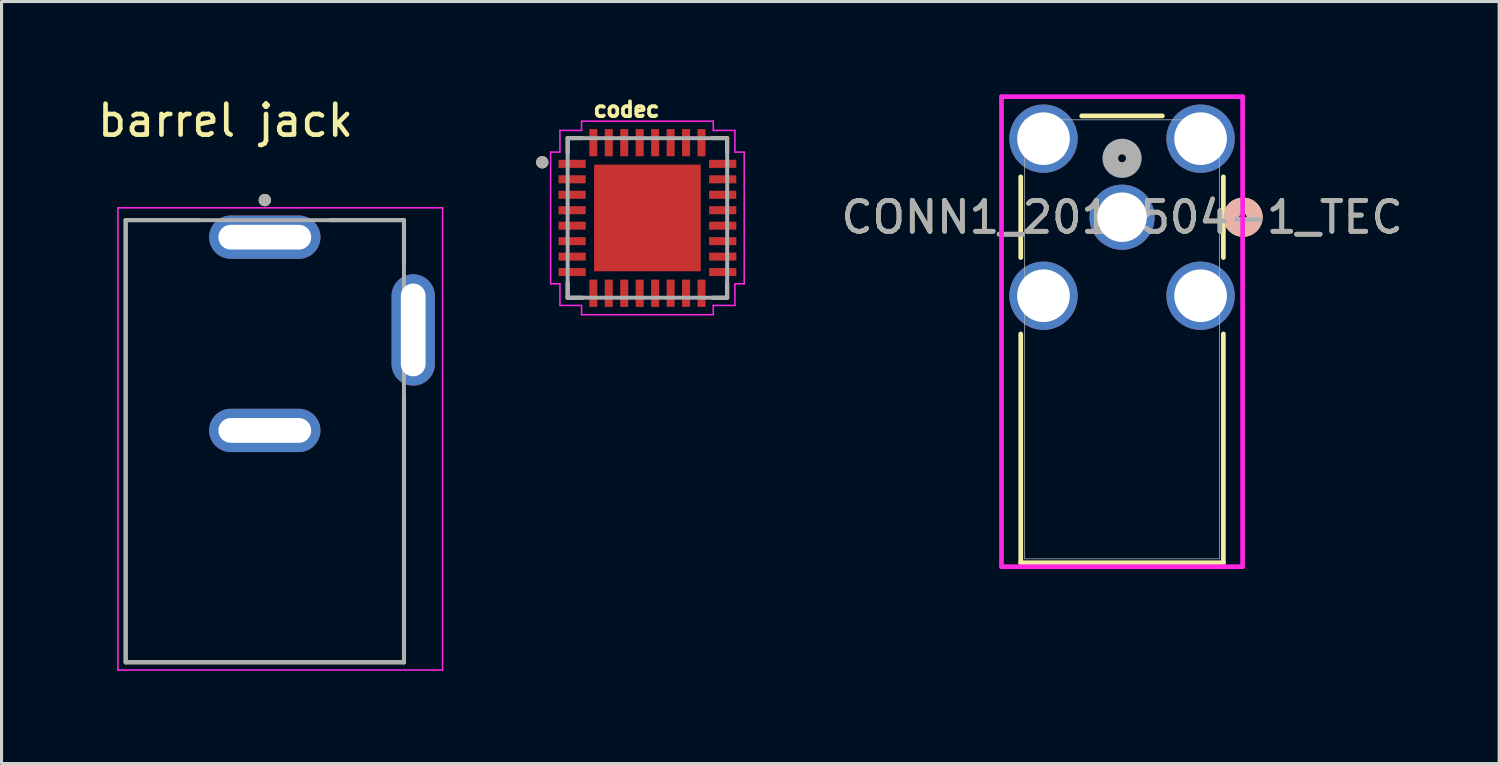
<source format=kicad_pcb>
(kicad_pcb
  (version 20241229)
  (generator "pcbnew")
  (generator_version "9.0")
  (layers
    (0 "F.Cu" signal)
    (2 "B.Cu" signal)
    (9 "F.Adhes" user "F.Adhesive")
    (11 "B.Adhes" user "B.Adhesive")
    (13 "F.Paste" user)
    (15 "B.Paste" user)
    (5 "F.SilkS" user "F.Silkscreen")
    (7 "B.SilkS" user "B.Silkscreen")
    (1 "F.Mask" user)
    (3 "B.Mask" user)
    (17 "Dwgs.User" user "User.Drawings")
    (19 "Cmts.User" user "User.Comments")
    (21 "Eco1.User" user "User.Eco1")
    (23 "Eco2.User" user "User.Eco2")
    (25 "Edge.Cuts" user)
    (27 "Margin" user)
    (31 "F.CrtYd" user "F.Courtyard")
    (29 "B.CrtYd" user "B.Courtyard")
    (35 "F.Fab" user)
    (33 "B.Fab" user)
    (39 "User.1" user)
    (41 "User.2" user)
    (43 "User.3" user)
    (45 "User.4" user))
  (footprint "barrel jack"
    (layer "F.Cu")
    (at 5.514 10.871)
    (property "Reference" "barrel jack" (at -1.27 -10.023 0) (layer "F.SilkS") (effects (font (size 1 1) (thickness 0.15))))
    (attr through_hole)
    (fp_line (start -4.5 -6.8) (end -2.12 -6.8) (stroke (width 0.127) (type solid)) (layer "F.SilkS"))
    (fp_line (start -4.5 7.5) (end -4.5 -6.8) (stroke (width 0.127) (type solid)) (layer "F.SilkS"))
    (fp_line (start 2.12 -6.8) (end 4.5 -6.8) (stroke (width 0.127) (type solid)) (layer "F.SilkS"))
    (fp_line (start 4.5 -6.8) (end 4.5 -5.37) (stroke (width 0.127) (type solid)) (layer "F.SilkS"))
    (fp_line (start 4.5 7.5) (end -4.5 7.5) (stroke (width 0.127) (type solid)) (layer "F.SilkS"))
    (fp_line (start 4.5 7.5) (end 4.5 -1.13) (stroke (width 0.127) (type solid)) (layer "F.SilkS"))
    (fp_circle (center 0 -7.45) (end 0.1 -7.45) (stroke (width 0.2) (type solid)) (fill no) (layer "F.SilkS"))
    (fp_line (start -4.75 -7.2) (end -4.75 7.75) (stroke (width 0.05) (type solid)) (layer "F.CrtYd"))
    (fp_line (start -4.75 7.75) (end 5.75 7.75) (stroke (width 0.05) (type solid)) (layer "F.CrtYd"))
    (fp_line (start 5.75 -7.2) (end -4.75 -7.2) (stroke (width 0.05) (type solid)) (layer "F.CrtYd"))
    (fp_line (start 5.75 7.75) (end 5.75 -7.2) (stroke (width 0.05) (type solid)) (layer "F.CrtYd"))
    (fp_line (start -4.5 -6.8) (end 4.5 -6.8) (stroke (width 0.127) (type solid)) (layer "F.Fab"))
    (fp_line (start -4.5 7.5) (end -4.5 -6.8) (stroke (width 0.127) (type solid)) (layer "F.Fab"))
    (fp_line (start 4.5 -6.8) (end 4.5 7.5) (stroke (width 0.127) (type solid)) (layer "F.Fab"))
    (fp_line (start 4.5 7.5) (end -4.5 7.5) (stroke (width 0.127) (type solid)) (layer "F.Fab"))
    (fp_circle (center 0 -7.45) (end 0.1 -7.45) (stroke (width 0.2) (type solid)) (fill no) (layer "F.Fab"))
    (pad "A" thru_hole oval (at 0 -6.25) (size 3.6 1.4) (drill oval 3 0.8) (layers "*.Cu" "*.Mask"))
    (pad "B" thru_hole oval (at 0 0) (size 3.6 1.4) (drill oval 3 0.8) (layers "*.Cu" "*.Mask"))
    (pad "C" thru_hole oval (at 4.8 -3.25) (size 1.4 3.6) (drill oval 0.8 3) (layers "*.Cu" "*.Mask")))
  (footprint "CONN1_2016504-1_TEC"
    (layer "F.Cu")
    (at 33.24 3.975)
    (property "Reference" "CONN1_2016504-1_TEC" (at 0 0 0) (unlocked yes) (layer "F.SilkS") (effects (font (size 1 1) (thickness 0.15))))
    (attr through_hole)
    (fp_line (start -3.277 -1.305) (end -3.277 1.305) (stroke (width 0.152) (type solid)) (layer "F.SilkS"))
    (fp_line (start -3.277 3.775) (end -3.277 11.176) (stroke (width 0.152) (type solid)) (layer "F.SilkS"))
    (fp_line (start -3.277 11.176) (end 3.277 11.176) (stroke (width 0.152) (type solid)) (layer "F.SilkS"))
    (fp_line (start 1.306 -3.277) (end -1.306 -3.277) (stroke (width 0.152) (type solid)) (layer "F.SilkS"))
    (fp_line (start 3.277 1.305) (end 3.277 -1.305) (stroke (width 0.152) (type solid)) (layer "F.SilkS"))
    (fp_line (start 3.277 11.176) (end 3.277 3.775) (stroke (width 0.152) (type solid)) (layer "F.SilkS"))
    (fp_circle (center 3.912 0) (end 4.293 0) (stroke (width 0.508) (type solid)) (fill no) (layer "F.SilkS"))
    (fp_circle (center 3.912 0) (end 4.293 0) (stroke (width 0.508) (type solid)) (fill no) (layer "B.SilkS"))
    (fp_line (start -3.899 -3.899) (end -3.899 11.303) (stroke (width 0.152) (type solid)) (layer "F.CrtYd"))
    (fp_line (start -3.899 11.303) (end 3.899 11.303) (stroke (width 0.152) (type solid)) (layer "F.CrtYd"))
    (fp_line (start 3.899 -3.899) (end -3.899 -3.899) (stroke (width 0.152) (type solid)) (layer "F.CrtYd"))
    (fp_line (start 3.899 11.303) (end 3.899 -3.899) (stroke (width 0.152) (type solid)) (layer "F.CrtYd"))
    (fp_line (start -3.15 -3.15) (end -3.15 11.049) (stroke (width 0.025) (type solid)) (layer "F.Fab"))
    (fp_line (start -3.15 11.049) (end 3.15 11.049) (stroke (width 0.025) (type solid)) (layer "F.Fab"))
    (fp_line (start 3.15 -3.15) (end -3.15 -3.15) (stroke (width 0.025) (type solid)) (layer "F.Fab"))
    (fp_line (start 3.15 11.049) (end 3.15 -3.15) (stroke (width 0.025) (type solid)) (layer "F.Fab"))
    (fp_circle (center 0 -1.905) (end 0.381 -1.905) (stroke (width 0.508) (type solid)) (fill no) (layer "F.Fab"))
    (fp_text user "${REFERENCE}" (at 0 0 0) (unlocked yes) (layer "F.Fab") (effects (font (size 1 1) (thickness 0.15))))
    (pad "1" thru_hole circle (at 0 0) (size 2.108 2.108) (drill 1.6) (layers "*.Cu" "*.Mask"))
    (pad "2" thru_hole circle (at -2.54 -2.54) (size 2.21 2.21) (drill 1.702) (layers "*.Cu" "*.Mask"))
    (pad "3" thru_hole circle (at 2.54 -2.54) (size 2.21 2.21) (drill 1.702) (layers "*.Cu" "*.Mask"))
    (pad "4" thru_hole circle (at -2.54 2.54) (size 2.21 2.21) (drill 1.702) (layers "*.Cu" "*.Mask"))
    (pad "5" thru_hole circle (at 2.54 2.54) (size 2.21 2.21) (drill 1.702) (layers "*.Cu" "*.Mask")))
  (footprint "codec"
    (layer "F.Cu")
    (at 17.889 3.999)
    (property "Reference" "codec" (at -0.677 -3.508 0) (layer "F.SilkS") (effects (font (size 0.48 0.48) (thickness 0.15))))
    (attr smd)
    (fp_line (start -2.58 -2.58) (end -2.1 -2.58) (stroke (width 0.127) (type solid)) (layer "F.SilkS"))
    (fp_line (start -2.58 -2.1) (end -2.58 -2.58) (stroke (width 0.127) (type solid)) (layer "F.SilkS"))
    (fp_line (start -2.58 2.58) (end -2.58 2.1) (stroke (width 0.127) (type solid)) (layer "F.SilkS"))
    (fp_line (start -2.1 2.58) (end -2.58 2.58) (stroke (width 0.127) (type solid)) (layer "F.SilkS"))
    (fp_line (start 2.1 -2.58) (end 2.58 -2.58) (stroke (width 0.127) (type solid)) (layer "F.SilkS"))
    (fp_line (start 2.58 -2.58) (end 2.58 -2.1) (stroke (width 0.127) (type solid)) (layer "F.SilkS"))
    (fp_line (start 2.58 2.1) (end 2.58 2.58) (stroke (width 0.127) (type solid)) (layer "F.SilkS"))
    (fp_line (start 2.58 2.58) (end 2.1 2.58) (stroke (width 0.127) (type solid)) (layer "F.SilkS"))
    (fp_circle (center -3.4 -1.8) (end -3.3 -1.8) (stroke (width 0.2) (type solid)) (fill no) (layer "F.SilkS"))
    (fp_poly (pts (xy -1.391 0.17) (xy -0.17 0.17) (xy -0.17 1.391) (xy -1.391 1.391)) (stroke (width 0.01) (type solid)) (fill yes) (layer "F.Paste"))
    (fp_poly (pts (xy -1.391 -1.39) (xy -0.17 -1.39) (xy -0.17 -0.17) (xy -1.391 -0.17)) (stroke (width 0.01) (type solid)) (fill yes) (layer "F.Paste"))
    (fp_poly (pts (xy 0.17 -1.39) (xy 1.39 -1.39) (xy 1.39 -0.17) (xy 0.17 -0.17)) (stroke (width 0.01) (type solid)) (fill yes) (layer "F.Paste"))
    (fp_poly (pts (xy 0.17 0.17) (xy 1.39 0.17) (xy 1.39 1.391) (xy 0.17 1.391)) (stroke (width 0.01) (type solid)) (fill yes) (layer "F.Paste"))
    (fp_line (start -3.13 -2.13) (end -2.83 -2.13) (stroke (width 0.05) (type solid)) (layer "F.CrtYd"))
    (fp_line (start -3.13 2.13) (end -3.13 -2.13) (stroke (width 0.05) (type solid)) (layer "F.CrtYd"))
    (fp_line (start -2.83 -2.83) (end -2.13 -2.83) (stroke (width 0.05) (type solid)) (layer "F.CrtYd"))
    (fp_line (start -2.83 -2.13) (end -2.83 -2.83) (stroke (width 0.05) (type solid)) (layer "F.CrtYd"))
    (fp_line (start -2.83 2.13) (end -3.13 2.13) (stroke (width 0.05) (type solid)) (layer "F.CrtYd"))
    (fp_line (start -2.83 2.83) (end -2.83 2.13) (stroke (width 0.05) (type solid)) (layer "F.CrtYd"))
    (fp_line (start -2.13 -3.13) (end 2.13 -3.13) (stroke (width 0.05) (type solid)) (layer "F.CrtYd"))
    (fp_line (start -2.13 -2.83) (end -2.13 -3.13) (stroke (width 0.05) (type solid)) (layer "F.CrtYd"))
    (fp_line (start -2.13 2.83) (end -2.83 2.83) (stroke (width 0.05) (type solid)) (layer "F.CrtYd"))
    (fp_line (start -2.13 3.13) (end -2.13 2.83) (stroke (width 0.05) (type solid)) (layer "F.CrtYd"))
    (fp_line (start 2.13 -3.13) (end 2.13 -2.83) (stroke (width 0.05) (type solid)) (layer "F.CrtYd"))
    (fp_line (start 2.13 -2.83) (end 2.83 -2.83) (stroke (width 0.05) (type solid)) (layer "F.CrtYd"))
    (fp_line (start 2.13 2.83) (end 2.13 3.13) (stroke (width 0.05) (type solid)) (layer "F.CrtYd"))
    (fp_line (start 2.13 3.13) (end -2.13 3.13) (stroke (width 0.05) (type solid)) (layer "F.CrtYd"))
    (fp_line (start 2.83 -2.83) (end 2.83 -2.13) (stroke (width 0.05) (type solid)) (layer "F.CrtYd"))
    (fp_line (start 2.83 -2.13) (end 3.13 -2.13) (stroke (width 0.05) (type solid)) (layer "F.CrtYd"))
    (fp_line (start 2.83 2.13) (end 2.83 2.83) (stroke (width 0.05) (type solid)) (layer "F.CrtYd"))
    (fp_line (start 2.83 2.83) (end 2.13 2.83) (stroke (width 0.05) (type solid)) (layer "F.CrtYd"))
    (fp_line (start 3.13 -2.13) (end 3.13 2.13) (stroke (width 0.05) (type solid)) (layer "F.CrtYd"))
    (fp_line (start 3.13 2.13) (end 2.83 2.13) (stroke (width 0.05) (type solid)) (layer "F.CrtYd"))
    (fp_line (start -2.58 -2.58) (end 2.58 -2.58) (stroke (width 0.127) (type solid)) (layer "F.Fab"))
    (fp_line (start -2.58 2.58) (end -2.58 -2.58) (stroke (width 0.127) (type solid)) (layer "F.Fab"))
    (fp_line (start 2.58 -2.58) (end 2.58 2.58) (stroke (width 0.127) (type solid)) (layer "F.Fab"))
    (fp_line (start 2.58 2.58) (end -2.58 2.58) (stroke (width 0.127) (type solid)) (layer "F.Fab"))
    (fp_circle (center -3.4 -1.8) (end -3.3 -1.8) (stroke (width 0.2) (type solid)) (fill no) (layer "F.Fab"))
    (pad "1" smd roundrect (at -2.435 -1.75) (size 0.88 0.26) (layers "F.Cu" "F.Mask" "F.Paste") (roundrect_rratio 0.035))
    (pad "2" smd roundrect (at -2.435 -1.25) (size 0.88 0.26) (layers "F.Cu" "F.Mask" "F.Paste") (roundrect_rratio 0.035))
    (pad "3" smd roundrect (at -2.435 -0.75) (size 0.88 0.26) (layers "F.Cu" "F.Mask" "F.Paste") (roundrect_rratio 0.035))
    (pad "4" smd roundrect (at -2.435 -0.25) (size 0.88 0.26) (layers "F.Cu" "F.Mask" "F.Paste") (roundrect_rratio 0.035))
    (pad "5" smd roundrect (at -2.435 0.25) (size 0.88 0.26) (layers "F.Cu" "F.Mask" "F.Paste") (roundrect_rratio 0.035))
    (pad "6" smd roundrect (at -2.435 0.75) (size 0.88 0.26) (layers "F.Cu" "F.Mask" "F.Paste") (roundrect_rratio 0.035))
    (pad "7" smd roundrect (at -2.435 1.25) (size 0.88 0.26) (layers "F.Cu" "F.Mask" "F.Paste") (roundrect_rratio 0.035))
    (pad "8" smd roundrect (at -2.435 1.75) (size 0.88 0.26) (layers "F.Cu" "F.Mask" "F.Paste") (roundrect_rratio 0.035))
    (pad "9" smd roundrect (at -1.75 2.435) (size 0.26 0.88) (layers "F.Cu" "F.Mask" "F.Paste") (roundrect_rratio 0.035))
    (pad "10" smd roundrect (at -1.25 2.435) (size 0.26 0.88) (layers "F.Cu" "F.Mask" "F.Paste") (roundrect_rratio 0.035))
    (pad "11" smd roundrect (at -0.75 2.435) (size 0.26 0.88) (layers "F.Cu" "F.Mask" "F.Paste") (roundrect_rratio 0.035))
    (pad "12" smd roundrect (at -0.25 2.435) (size 0.26 0.88) (layers "F.Cu" "F.Mask" "F.Paste") (roundrect_rratio 0.035))
    (pad "13" smd roundrect (at 0.25 2.435) (size 0.26 0.88) (layers "F.Cu" "F.Mask" "F.Paste") (roundrect_rratio 0.035))
    (pad "14" smd roundrect (at 0.75 2.435) (size 0.26 0.88) (layers "F.Cu" "F.Mask" "F.Paste") (roundrect_rratio 0.035))
    (pad "15" smd roundrect (at 1.25 2.435) (size 0.26 0.88) (layers "F.Cu" "F.Mask" "F.Paste") (roundrect_rratio 0.035))
    (pad "16" smd roundrect (at 1.75 2.435) (size 0.26 0.88) (layers "F.Cu" "F.Mask" "F.Paste") (roundrect_rratio 0.035))
    (pad "17" smd roundrect (at 2.435 1.75) (size 0.88 0.26) (layers "F.Cu" "F.Mask" "F.Paste") (roundrect_rratio 0.035))
    (pad "18" smd roundrect (at 2.435 1.25) (size 0.88 0.26) (layers "F.Cu" "F.Mask" "F.Paste") (roundrect_rratio 0.035))
    (pad "19" smd roundrect (at 2.435 0.75) (size 0.88 0.26) (layers "F.Cu" "F.Mask" "F.Paste") (roundrect_rratio 0.035))
    (pad "20" smd roundrect (at 2.435 0.25) (size 0.88 0.26) (layers "F.Cu" "F.Mask" "F.Paste") (roundrect_rratio 0.035))
    (pad "21" smd roundrect (at 2.435 -0.25) (size 0.88 0.26) (layers "F.Cu" "F.Mask" "F.Paste") (roundrect_rratio 0.035))
    (pad "22" smd roundrect (at 2.435 -0.75) (size 0.88 0.26) (layers "F.Cu" "F.Mask" "F.Paste") (roundrect_rratio 0.035))
    (pad "23" smd roundrect (at 2.435 -1.25) (size 0.88 0.26) (layers "F.Cu" "F.Mask" "F.Paste") (roundrect_rratio 0.035))
    (pad "24" smd roundrect (at 2.435 -1.75) (size 0.88 0.26) (layers "F.Cu" "F.Mask" "F.Paste") (roundrect_rratio 0.035))
    (pad "25" smd roundrect (at 1.75 -2.435) (size 0.26 0.88) (layers "F.Cu" "F.Mask" "F.Paste") (roundrect_rratio 0.035))
    (pad "26" smd roundrect (at 1.25 -2.435) (size 0.26 0.88) (layers "F.Cu" "F.Mask" "F.Paste") (roundrect_rratio 0.035))
    (pad "27" smd roundrect (at 0.75 -2.435) (size 0.26 0.88) (layers "F.Cu" "F.Mask" "F.Paste") (roundrect_rratio 0.035))
    (pad "28" smd roundrect (at 0.25 -2.435) (size 0.26 0.88) (layers "F.Cu" "F.Mask" "F.Paste") (roundrect_rratio 0.035))
    (pad "29" smd roundrect (at -0.25 -2.435) (size 0.26 0.88) (layers "F.Cu" "F.Mask" "F.Paste") (roundrect_rratio 0.035))
    (pad "30" smd roundrect (at -0.75 -2.435) (size 0.26 0.88) (layers "F.Cu" "F.Mask" "F.Paste") (roundrect_rratio 0.035))
    (pad "31" smd roundrect (at -1.25 -2.435) (size 0.26 0.88) (layers "F.Cu" "F.Mask" "F.Paste") (roundrect_rratio 0.035))
    (pad "32" smd roundrect (at -1.75 -2.435) (size 0.26 0.88) (layers "F.Cu" "F.Mask" "F.Paste") (roundrect_rratio 0.035))
    (pad "33" smd rect (at 0 0) (size 3.45 3.45) (layers "F.Cu" "F.Mask")))
  (gr_rect
    (start -3 -3)
    (end 45.437 21.646)
    (stroke (width 0.1) (type default))
    (fill no)
    (layer "Edge.Cuts")))
</source>
